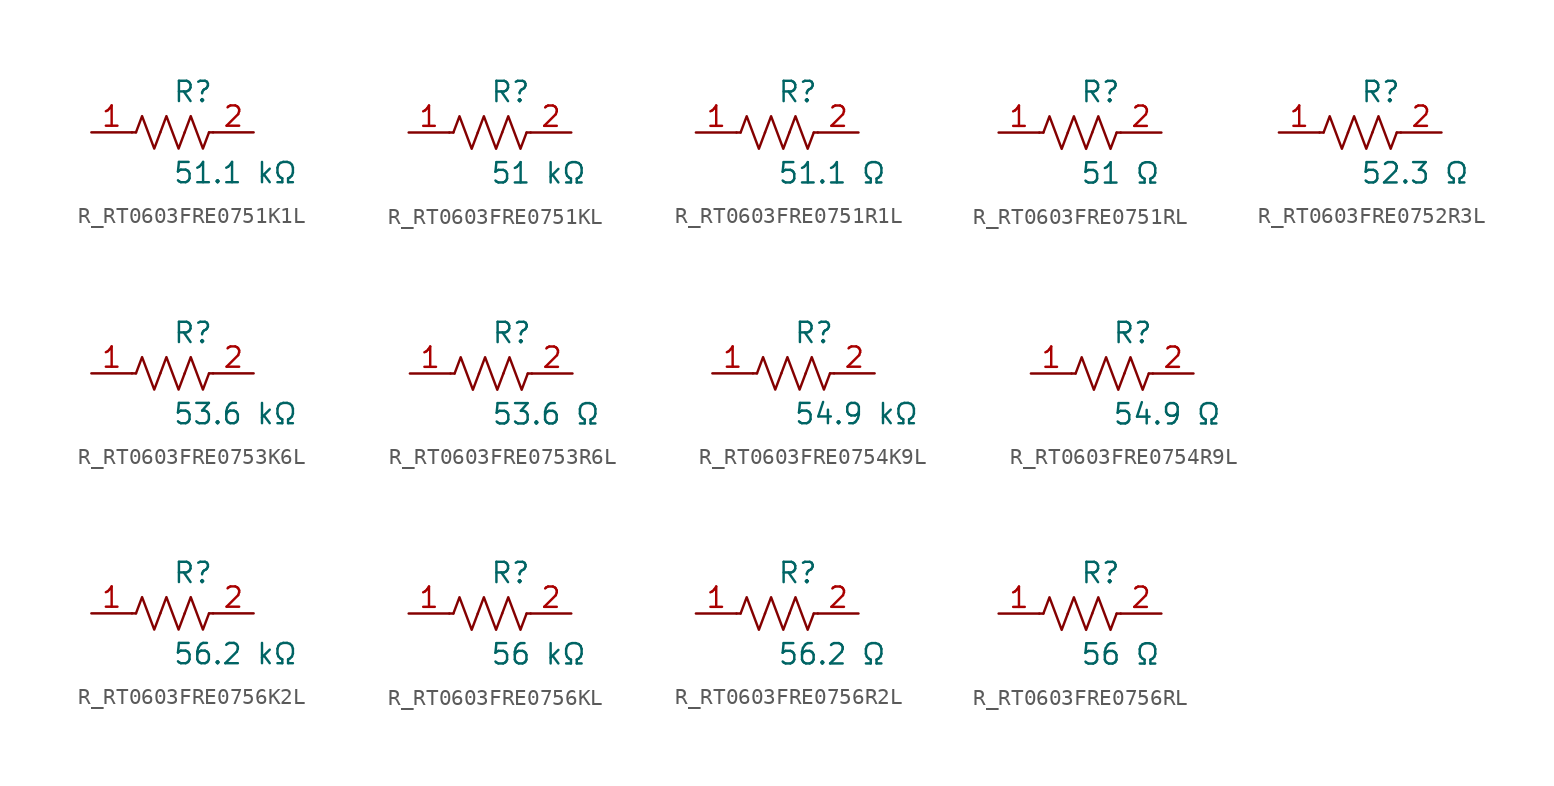
<source format=kicad_sym>
(kicad_symbol_lib
  (version 20231120)
  (generator kicad_symbol_editor)
  (generator_version 8.0)
  (symbol "R_RT0603FRE0751K1L"
    (pin_names
      (offset 0.254))
    (property "Reference" "R"
      (at 0.0 2.54 0)
      (effects (font (size 1.27 1.27)) (justify left)))
    (property "Value" "51.1 kΩ"
      (at 0.0 -2.54 0)
      (effects (font (size 1.27 1.27)) (justify left)))
    (symbol "R_RT0603FRE0751K1L_0_1"
      (polyline (pts (xy 2.286 0) (xy 2.54 0)) (stroke (width 0) (type default)) (fill (type none)))
      (polyline (pts (xy -2.286 0) (xy -2.54 0)) (stroke (width 0) (type default)) (fill (type none)))
      (polyline (pts (xy 0.762 0) (xy 1.143 1.016) (xy 1.524 0) (xy 1.905 -1.016) (xy 2.286 0)) (stroke (width 0) (type default)) (fill (type none)))
      (polyline (pts (xy -0.762 0) (xy -0.381 1.016) (xy 0 0) (xy 0.381 -1.016) (xy 0.762 0)) (stroke (width 0) (type default)) (fill (type none)))
      (polyline (pts (xy -2.286 0) (xy -1.905 1.016) (xy -1.524 0) (xy -1.143 -1.016) (xy -0.762 0)) (stroke (width 0) (type default)) (fill (type none))))
    (pin unspecified line
      (at -5.08 0 0)
      (length 2.54)
      (name "" (effects (font (size 1.27 1.27))))
      (number "1" (effects (font (size 1.27 1.27)))))
    (pin unspecified line
      (at 5.08 0 180)
      (length 2.54)
      (name "" (effects (font (size 1.27 1.27))))
      (number "2" (effects (font (size 1.27 1.27))))))
  (symbol "R_RT0603FRE0751KL"
    (pin_names
      (offset 0.254))
    (property "Reference" "R"
      (at 0.0 2.54 0)
      (effects (font (size 1.27 1.27)) (justify left)))
    (property "Value" "51 kΩ"
      (at 0.0 -2.54 0)
      (effects (font (size 1.27 1.27)) (justify left)))
    (symbol "R_RT0603FRE0751KL_0_1"
      (polyline (pts (xy 2.286 0) (xy 2.54 0)) (stroke (width 0) (type default)) (fill (type none)))
      (polyline (pts (xy -2.286 0) (xy -2.54 0)) (stroke (width 0) (type default)) (fill (type none)))
      (polyline (pts (xy 0.762 0) (xy 1.143 1.016) (xy 1.524 0) (xy 1.905 -1.016) (xy 2.286 0)) (stroke (width 0) (type default)) (fill (type none)))
      (polyline (pts (xy -0.762 0) (xy -0.381 1.016) (xy 0 0) (xy 0.381 -1.016) (xy 0.762 0)) (stroke (width 0) (type default)) (fill (type none)))
      (polyline (pts (xy -2.286 0) (xy -1.905 1.016) (xy -1.524 0) (xy -1.143 -1.016) (xy -0.762 0)) (stroke (width 0) (type default)) (fill (type none))))
    (pin unspecified line
      (at -5.08 0 0)
      (length 2.54)
      (name "" (effects (font (size 1.27 1.27))))
      (number "1" (effects (font (size 1.27 1.27)))))
    (pin unspecified line
      (at 5.08 0 180)
      (length 2.54)
      (name "" (effects (font (size 1.27 1.27))))
      (number "2" (effects (font (size 1.27 1.27))))))
  (symbol "R_RT0603FRE0751R1L"
    (pin_names
      (offset 0.254))
    (property "Reference" "R"
      (at 0.0 2.54 0)
      (effects (font (size 1.27 1.27)) (justify left)))
    (property "Value" "51.1 Ω"
      (at 0.0 -2.54 0)
      (effects (font (size 1.27 1.27)) (justify left)))
    (symbol "R_RT0603FRE0751R1L_0_1"
      (polyline (pts (xy 2.286 0) (xy 2.54 0)) (stroke (width 0) (type default)) (fill (type none)))
      (polyline (pts (xy -2.286 0) (xy -2.54 0)) (stroke (width 0) (type default)) (fill (type none)))
      (polyline (pts (xy 0.762 0) (xy 1.143 1.016) (xy 1.524 0) (xy 1.905 -1.016) (xy 2.286 0)) (stroke (width 0) (type default)) (fill (type none)))
      (polyline (pts (xy -0.762 0) (xy -0.381 1.016) (xy 0 0) (xy 0.381 -1.016) (xy 0.762 0)) (stroke (width 0) (type default)) (fill (type none)))
      (polyline (pts (xy -2.286 0) (xy -1.905 1.016) (xy -1.524 0) (xy -1.143 -1.016) (xy -0.762 0)) (stroke (width 0) (type default)) (fill (type none))))
    (pin unspecified line
      (at -5.08 0 0)
      (length 2.54)
      (name "" (effects (font (size 1.27 1.27))))
      (number "1" (effects (font (size 1.27 1.27)))))
    (pin unspecified line
      (at 5.08 0 180)
      (length 2.54)
      (name "" (effects (font (size 1.27 1.27))))
      (number "2" (effects (font (size 1.27 1.27))))))
  (symbol "R_RT0603FRE0751RL"
    (pin_names
      (offset 0.254))
    (property "Reference" "R"
      (at 0.0 2.54 0)
      (effects (font (size 1.27 1.27)) (justify left)))
    (property "Value" "51 Ω"
      (at 0.0 -2.54 0)
      (effects (font (size 1.27 1.27)) (justify left)))
    (symbol "R_RT0603FRE0751RL_0_1"
      (polyline (pts (xy 2.286 0) (xy 2.54 0)) (stroke (width 0) (type default)) (fill (type none)))
      (polyline (pts (xy -2.286 0) (xy -2.54 0)) (stroke (width 0) (type default)) (fill (type none)))
      (polyline (pts (xy 0.762 0) (xy 1.143 1.016) (xy 1.524 0) (xy 1.905 -1.016) (xy 2.286 0)) (stroke (width 0) (type default)) (fill (type none)))
      (polyline (pts (xy -0.762 0) (xy -0.381 1.016) (xy 0 0) (xy 0.381 -1.016) (xy 0.762 0)) (stroke (width 0) (type default)) (fill (type none)))
      (polyline (pts (xy -2.286 0) (xy -1.905 1.016) (xy -1.524 0) (xy -1.143 -1.016) (xy -0.762 0)) (stroke (width 0) (type default)) (fill (type none))))
    (pin unspecified line
      (at -5.08 0 0)
      (length 2.54)
      (name "" (effects (font (size 1.27 1.27))))
      (number "1" (effects (font (size 1.27 1.27)))))
    (pin unspecified line
      (at 5.08 0 180)
      (length 2.54)
      (name "" (effects (font (size 1.27 1.27))))
      (number "2" (effects (font (size 1.27 1.27))))))
  (symbol "R_RT0603FRE0752R3L"
    (pin_names
      (offset 0.254))
    (property "Reference" "R"
      (at 0.0 2.54 0)
      (effects (font (size 1.27 1.27)) (justify left)))
    (property "Value" "52.3 Ω"
      (at 0.0 -2.54 0)
      (effects (font (size 1.27 1.27)) (justify left)))
    (symbol "R_RT0603FRE0752R3L_0_1"
      (polyline (pts (xy 2.286 0) (xy 2.54 0)) (stroke (width 0) (type default)) (fill (type none)))
      (polyline (pts (xy -2.286 0) (xy -2.54 0)) (stroke (width 0) (type default)) (fill (type none)))
      (polyline (pts (xy 0.762 0) (xy 1.143 1.016) (xy 1.524 0) (xy 1.905 -1.016) (xy 2.286 0)) (stroke (width 0) (type default)) (fill (type none)))
      (polyline (pts (xy -0.762 0) (xy -0.381 1.016) (xy 0 0) (xy 0.381 -1.016) (xy 0.762 0)) (stroke (width 0) (type default)) (fill (type none)))
      (polyline (pts (xy -2.286 0) (xy -1.905 1.016) (xy -1.524 0) (xy -1.143 -1.016) (xy -0.762 0)) (stroke (width 0) (type default)) (fill (type none))))
    (pin unspecified line
      (at -5.08 0 0)
      (length 2.54)
      (name "" (effects (font (size 1.27 1.27))))
      (number "1" (effects (font (size 1.27 1.27)))))
    (pin unspecified line
      (at 5.08 0 180)
      (length 2.54)
      (name "" (effects (font (size 1.27 1.27))))
      (number "2" (effects (font (size 1.27 1.27))))))
  (symbol "R_RT0603FRE0753K6L"
    (pin_names
      (offset 0.254))
    (property "Reference" "R"
      (at 0.0 2.54 0)
      (effects (font (size 1.27 1.27)) (justify left)))
    (property "Value" "53.6 kΩ"
      (at 0.0 -2.54 0)
      (effects (font (size 1.27 1.27)) (justify left)))
    (symbol "R_RT0603FRE0753K6L_0_1"
      (polyline (pts (xy 2.286 0) (xy 2.54 0)) (stroke (width 0) (type default)) (fill (type none)))
      (polyline (pts (xy -2.286 0) (xy -2.54 0)) (stroke (width 0) (type default)) (fill (type none)))
      (polyline (pts (xy 0.762 0) (xy 1.143 1.016) (xy 1.524 0) (xy 1.905 -1.016) (xy 2.286 0)) (stroke (width 0) (type default)) (fill (type none)))
      (polyline (pts (xy -0.762 0) (xy -0.381 1.016) (xy 0 0) (xy 0.381 -1.016) (xy 0.762 0)) (stroke (width 0) (type default)) (fill (type none)))
      (polyline (pts (xy -2.286 0) (xy -1.905 1.016) (xy -1.524 0) (xy -1.143 -1.016) (xy -0.762 0)) (stroke (width 0) (type default)) (fill (type none))))
    (pin unspecified line
      (at -5.08 0 0)
      (length 2.54)
      (name "" (effects (font (size 1.27 1.27))))
      (number "1" (effects (font (size 1.27 1.27)))))
    (pin unspecified line
      (at 5.08 0 180)
      (length 2.54)
      (name "" (effects (font (size 1.27 1.27))))
      (number "2" (effects (font (size 1.27 1.27))))))
  (symbol "R_RT0603FRE0753R6L"
    (pin_names
      (offset 0.254))
    (property "Reference" "R"
      (at 0.0 2.54 0)
      (effects (font (size 1.27 1.27)) (justify left)))
    (property "Value" "53.6 Ω"
      (at 0.0 -2.54 0)
      (effects (font (size 1.27 1.27)) (justify left)))
    (symbol "R_RT0603FRE0753R6L_0_1"
      (polyline (pts (xy 2.286 0) (xy 2.54 0)) (stroke (width 0) (type default)) (fill (type none)))
      (polyline (pts (xy -2.286 0) (xy -2.54 0)) (stroke (width 0) (type default)) (fill (type none)))
      (polyline (pts (xy 0.762 0) (xy 1.143 1.016) (xy 1.524 0) (xy 1.905 -1.016) (xy 2.286 0)) (stroke (width 0) (type default)) (fill (type none)))
      (polyline (pts (xy -0.762 0) (xy -0.381 1.016) (xy 0 0) (xy 0.381 -1.016) (xy 0.762 0)) (stroke (width 0) (type default)) (fill (type none)))
      (polyline (pts (xy -2.286 0) (xy -1.905 1.016) (xy -1.524 0) (xy -1.143 -1.016) (xy -0.762 0)) (stroke (width 0) (type default)) (fill (type none))))
    (pin unspecified line
      (at -5.08 0 0)
      (length 2.54)
      (name "" (effects (font (size 1.27 1.27))))
      (number "1" (effects (font (size 1.27 1.27)))))
    (pin unspecified line
      (at 5.08 0 180)
      (length 2.54)
      (name "" (effects (font (size 1.27 1.27))))
      (number "2" (effects (font (size 1.27 1.27))))))
  (symbol "R_RT0603FRE0754K9L"
    (pin_names
      (offset 0.254))
    (property "Reference" "R"
      (at 0.0 2.54 0)
      (effects (font (size 1.27 1.27)) (justify left)))
    (property "Value" "54.9 kΩ"
      (at 0.0 -2.54 0)
      (effects (font (size 1.27 1.27)) (justify left)))
    (symbol "R_RT0603FRE0754K9L_0_1"
      (polyline (pts (xy 2.286 0) (xy 2.54 0)) (stroke (width 0) (type default)) (fill (type none)))
      (polyline (pts (xy -2.286 0) (xy -2.54 0)) (stroke (width 0) (type default)) (fill (type none)))
      (polyline (pts (xy 0.762 0) (xy 1.143 1.016) (xy 1.524 0) (xy 1.905 -1.016) (xy 2.286 0)) (stroke (width 0) (type default)) (fill (type none)))
      (polyline (pts (xy -0.762 0) (xy -0.381 1.016) (xy 0 0) (xy 0.381 -1.016) (xy 0.762 0)) (stroke (width 0) (type default)) (fill (type none)))
      (polyline (pts (xy -2.286 0) (xy -1.905 1.016) (xy -1.524 0) (xy -1.143 -1.016) (xy -0.762 0)) (stroke (width 0) (type default)) (fill (type none))))
    (pin unspecified line
      (at -5.08 0 0)
      (length 2.54)
      (name "" (effects (font (size 1.27 1.27))))
      (number "1" (effects (font (size 1.27 1.27)))))
    (pin unspecified line
      (at 5.08 0 180)
      (length 2.54)
      (name "" (effects (font (size 1.27 1.27))))
      (number "2" (effects (font (size 1.27 1.27))))))
  (symbol "R_RT0603FRE0754R9L"
    (pin_names
      (offset 0.254))
    (property "Reference" "R"
      (at 0.0 2.54 0)
      (effects (font (size 1.27 1.27)) (justify left)))
    (property "Value" "54.9 Ω"
      (at 0.0 -2.54 0)
      (effects (font (size 1.27 1.27)) (justify left)))
    (symbol "R_RT0603FRE0754R9L_0_1"
      (polyline (pts (xy 2.286 0) (xy 2.54 0)) (stroke (width 0) (type default)) (fill (type none)))
      (polyline (pts (xy -2.286 0) (xy -2.54 0)) (stroke (width 0) (type default)) (fill (type none)))
      (polyline (pts (xy 0.762 0) (xy 1.143 1.016) (xy 1.524 0) (xy 1.905 -1.016) (xy 2.286 0)) (stroke (width 0) (type default)) (fill (type none)))
      (polyline (pts (xy -0.762 0) (xy -0.381 1.016) (xy 0 0) (xy 0.381 -1.016) (xy 0.762 0)) (stroke (width 0) (type default)) (fill (type none)))
      (polyline (pts (xy -2.286 0) (xy -1.905 1.016) (xy -1.524 0) (xy -1.143 -1.016) (xy -0.762 0)) (stroke (width 0) (type default)) (fill (type none))))
    (pin unspecified line
      (at -5.08 0 0)
      (length 2.54)
      (name "" (effects (font (size 1.27 1.27))))
      (number "1" (effects (font (size 1.27 1.27)))))
    (pin unspecified line
      (at 5.08 0 180)
      (length 2.54)
      (name "" (effects (font (size 1.27 1.27))))
      (number "2" (effects (font (size 1.27 1.27))))))
  (symbol "R_RT0603FRE0756K2L"
    (pin_names
      (offset 0.254))
    (property "Reference" "R"
      (at 0.0 2.54 0)
      (effects (font (size 1.27 1.27)) (justify left)))
    (property "Value" "56.2 kΩ"
      (at 0.0 -2.54 0)
      (effects (font (size 1.27 1.27)) (justify left)))
    (symbol "R_RT0603FRE0756K2L_0_1"
      (polyline (pts (xy 2.286 0) (xy 2.54 0)) (stroke (width 0) (type default)) (fill (type none)))
      (polyline (pts (xy -2.286 0) (xy -2.54 0)) (stroke (width 0) (type default)) (fill (type none)))
      (polyline (pts (xy 0.762 0) (xy 1.143 1.016) (xy 1.524 0) (xy 1.905 -1.016) (xy 2.286 0)) (stroke (width 0) (type default)) (fill (type none)))
      (polyline (pts (xy -0.762 0) (xy -0.381 1.016) (xy 0 0) (xy 0.381 -1.016) (xy 0.762 0)) (stroke (width 0) (type default)) (fill (type none)))
      (polyline (pts (xy -2.286 0) (xy -1.905 1.016) (xy -1.524 0) (xy -1.143 -1.016) (xy -0.762 0)) (stroke (width 0) (type default)) (fill (type none))))
    (pin unspecified line
      (at -5.08 0 0)
      (length 2.54)
      (name "" (effects (font (size 1.27 1.27))))
      (number "1" (effects (font (size 1.27 1.27)))))
    (pin unspecified line
      (at 5.08 0 180)
      (length 2.54)
      (name "" (effects (font (size 1.27 1.27))))
      (number "2" (effects (font (size 1.27 1.27))))))
  (symbol "R_RT0603FRE0756KL"
    (pin_names
      (offset 0.254))
    (property "Reference" "R"
      (at 0.0 2.54 0)
      (effects (font (size 1.27 1.27)) (justify left)))
    (property "Value" "56 kΩ"
      (at 0.0 -2.54 0)
      (effects (font (size 1.27 1.27)) (justify left)))
    (symbol "R_RT0603FRE0756KL_0_1"
      (polyline (pts (xy 2.286 0) (xy 2.54 0)) (stroke (width 0) (type default)) (fill (type none)))
      (polyline (pts (xy -2.286 0) (xy -2.54 0)) (stroke (width 0) (type default)) (fill (type none)))
      (polyline (pts (xy 0.762 0) (xy 1.143 1.016) (xy 1.524 0) (xy 1.905 -1.016) (xy 2.286 0)) (stroke (width 0) (type default)) (fill (type none)))
      (polyline (pts (xy -0.762 0) (xy -0.381 1.016) (xy 0 0) (xy 0.381 -1.016) (xy 0.762 0)) (stroke (width 0) (type default)) (fill (type none)))
      (polyline (pts (xy -2.286 0) (xy -1.905 1.016) (xy -1.524 0) (xy -1.143 -1.016) (xy -0.762 0)) (stroke (width 0) (type default)) (fill (type none))))
    (pin unspecified line
      (at -5.08 0 0)
      (length 2.54)
      (name "" (effects (font (size 1.27 1.27))))
      (number "1" (effects (font (size 1.27 1.27)))))
    (pin unspecified line
      (at 5.08 0 180)
      (length 2.54)
      (name "" (effects (font (size 1.27 1.27))))
      (number "2" (effects (font (size 1.27 1.27))))))
  (symbol "R_RT0603FRE0756R2L"
    (pin_names
      (offset 0.254))
    (property "Reference" "R"
      (at 0.0 2.54 0)
      (effects (font (size 1.27 1.27)) (justify left)))
    (property "Value" "56.2 Ω"
      (at 0.0 -2.54 0)
      (effects (font (size 1.27 1.27)) (justify left)))
    (symbol "R_RT0603FRE0756R2L_0_1"
      (polyline (pts (xy 2.286 0) (xy 2.54 0)) (stroke (width 0) (type default)) (fill (type none)))
      (polyline (pts (xy -2.286 0) (xy -2.54 0)) (stroke (width 0) (type default)) (fill (type none)))
      (polyline (pts (xy 0.762 0) (xy 1.143 1.016) (xy 1.524 0) (xy 1.905 -1.016) (xy 2.286 0)) (stroke (width 0) (type default)) (fill (type none)))
      (polyline (pts (xy -0.762 0) (xy -0.381 1.016) (xy 0 0) (xy 0.381 -1.016) (xy 0.762 0)) (stroke (width 0) (type default)) (fill (type none)))
      (polyline (pts (xy -2.286 0) (xy -1.905 1.016) (xy -1.524 0) (xy -1.143 -1.016) (xy -0.762 0)) (stroke (width 0) (type default)) (fill (type none))))
    (pin unspecified line
      (at -5.08 0 0)
      (length 2.54)
      (name "" (effects (font (size 1.27 1.27))))
      (number "1" (effects (font (size 1.27 1.27)))))
    (pin unspecified line
      (at 5.08 0 180)
      (length 2.54)
      (name "" (effects (font (size 1.27 1.27))))
      (number "2" (effects (font (size 1.27 1.27))))))
  (symbol "R_RT0603FRE0756RL"
    (pin_names
      (offset 0.254))
    (property "Reference" "R"
      (at 0.0 2.54 0)
      (effects (font (size 1.27 1.27)) (justify left)))
    (property "Value" "56 Ω"
      (at 0.0 -2.54 0)
      (effects (font (size 1.27 1.27)) (justify left)))
    (symbol "R_RT0603FRE0756RL_0_1"
      (polyline (pts (xy 2.286 0) (xy 2.54 0)) (stroke (width 0) (type default)) (fill (type none)))
      (polyline (pts (xy -2.286 0) (xy -2.54 0)) (stroke (width 0) (type default)) (fill (type none)))
      (polyline (pts (xy 0.762 0) (xy 1.143 1.016) (xy 1.524 0) (xy 1.905 -1.016) (xy 2.286 0)) (stroke (width 0) (type default)) (fill (type none)))
      (polyline (pts (xy -0.762 0) (xy -0.381 1.016) (xy 0 0) (xy 0.381 -1.016) (xy 0.762 0)) (stroke (width 0) (type default)) (fill (type none)))
      (polyline (pts (xy -2.286 0) (xy -1.905 1.016) (xy -1.524 0) (xy -1.143 -1.016) (xy -0.762 0)) (stroke (width 0) (type default)) (fill (type none))))
    (pin unspecified line
      (at -5.08 0 0)
      (length 2.54)
      (name "" (effects (font (size 1.27 1.27))))
      (number "1" (effects (font (size 1.27 1.27)))))
    (pin unspecified line
      (at 5.08 0 180)
      (length 2.54)
      (name "" (effects (font (size 1.27 1.27))))
      (number "2" (effects (font (size 1.27 1.27)))))))
</source>
